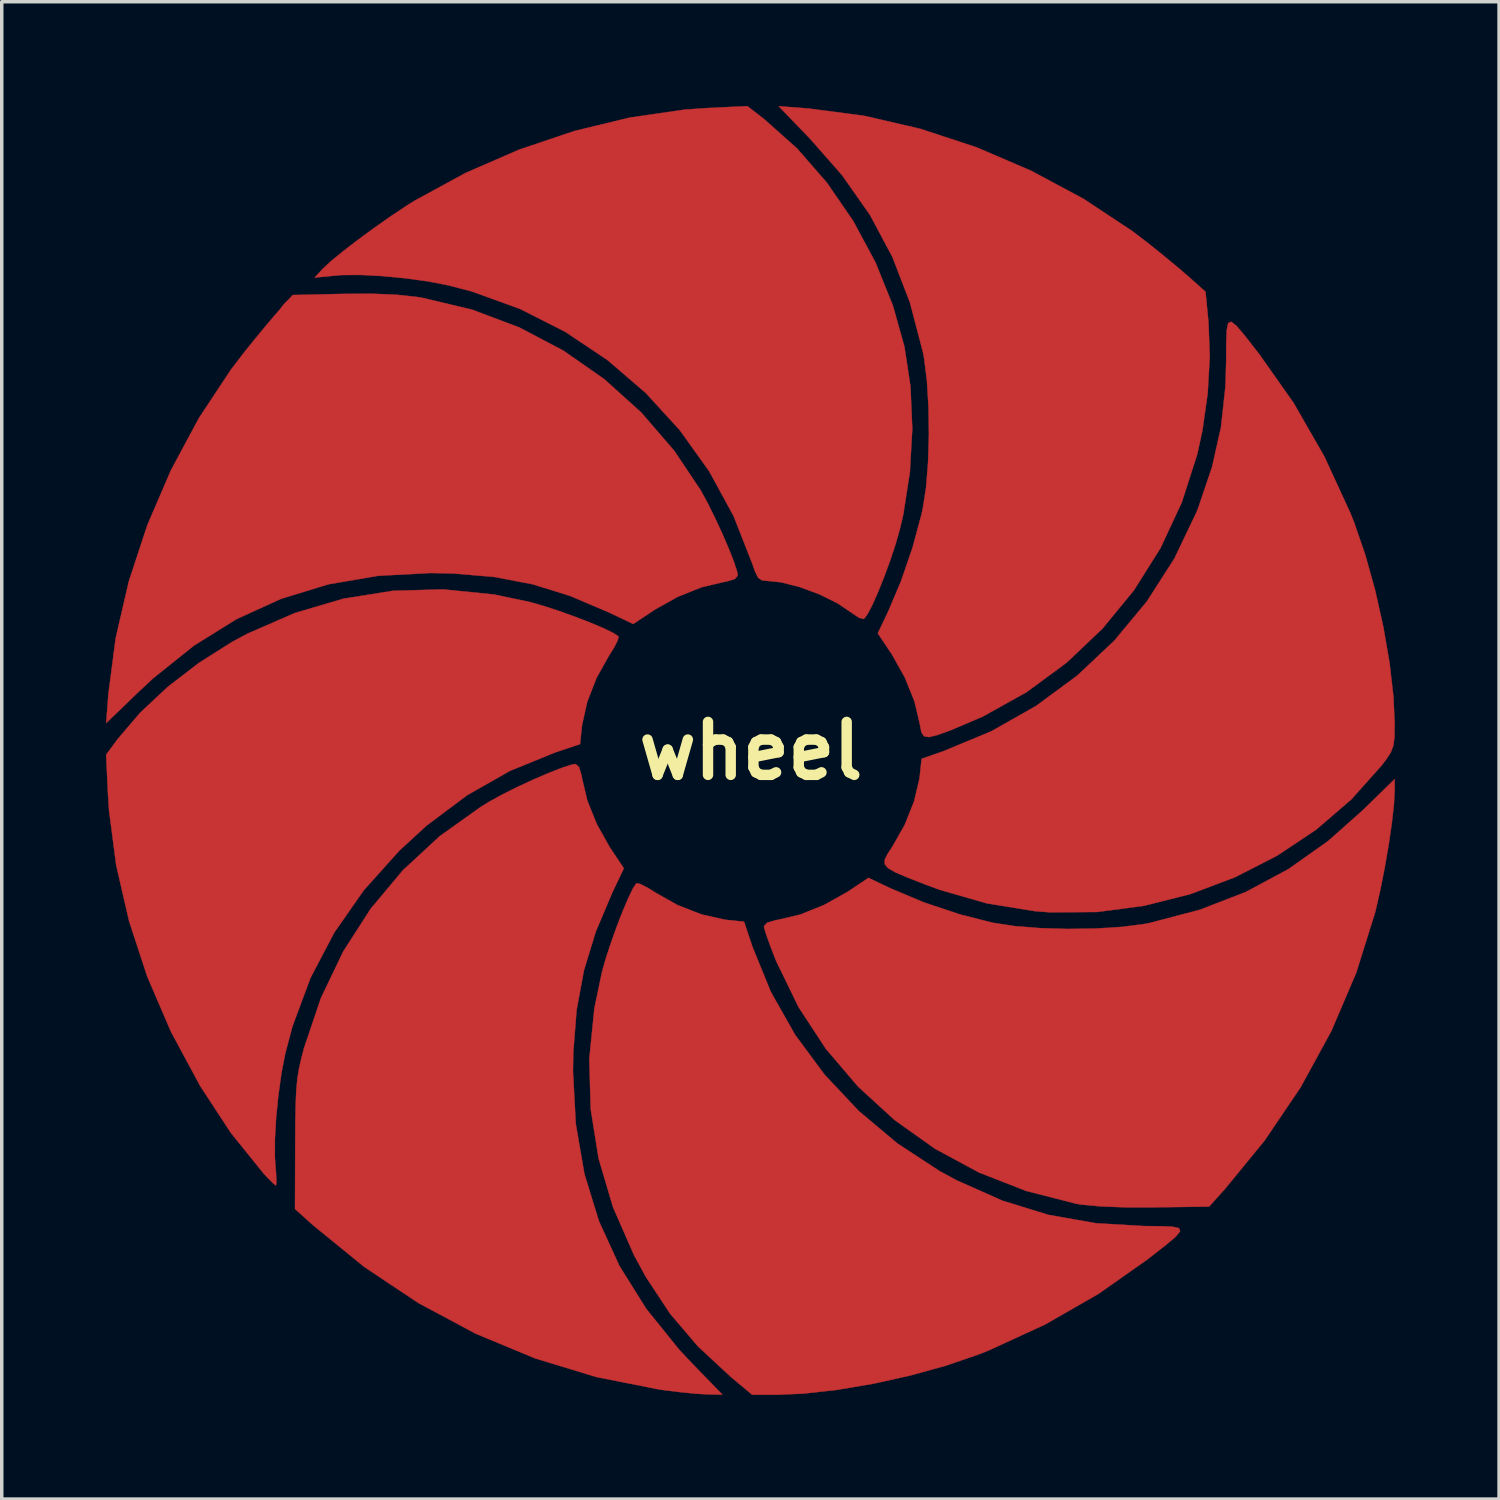
<source format=kicad_pcb>
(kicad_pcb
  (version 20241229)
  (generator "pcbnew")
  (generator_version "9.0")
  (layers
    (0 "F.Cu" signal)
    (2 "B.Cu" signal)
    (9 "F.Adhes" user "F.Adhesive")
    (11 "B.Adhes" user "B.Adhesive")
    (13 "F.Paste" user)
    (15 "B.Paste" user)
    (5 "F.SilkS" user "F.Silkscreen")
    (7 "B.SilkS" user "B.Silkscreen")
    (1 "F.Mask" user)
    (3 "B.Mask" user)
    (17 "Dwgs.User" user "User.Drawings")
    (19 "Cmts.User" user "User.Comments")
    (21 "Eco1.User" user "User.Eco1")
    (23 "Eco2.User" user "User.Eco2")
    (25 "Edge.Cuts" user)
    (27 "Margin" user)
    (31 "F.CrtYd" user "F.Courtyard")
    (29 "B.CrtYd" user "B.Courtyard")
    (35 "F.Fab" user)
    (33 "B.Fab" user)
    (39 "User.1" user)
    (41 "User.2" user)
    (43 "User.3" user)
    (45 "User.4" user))
  (footprint "wheel"
    (layer "F.Cu")
    (at 18.565 18.566)
    (property "Reference" "wheel" (at 0 0 0) (layer "F.SilkS") (effects (font (size 1.524 1.524) (thickness 0.3))))
    (attr through_hole)
    (fp_poly (pts (xy -10.217 -13.133) (xy -9.624 -13.07) (xy -9.454 -13.042) (xy -8.027 -12.702) (xy -6.67 -12.192) (xy -5.396 -11.522) (xy -4.218 -10.7) (xy -3.15 -9.736) (xy -2.205 -8.639) (xy -1.45 -7.511) (xy -1.25 -7.146) (xy -1.036 -6.716) (xy -0.826 -6.263) (xy -0.638 -5.827) (xy -0.489 -5.447) (xy -0.397 -5.166) (xy -0.376 -5.047) (xy -0.466 -4.946) (xy -0.718 -4.872) (xy -0.786 -4.861) (xy -1.427 -4.709) (xy -2.112 -4.433) (xy -2.775 -4.062) (xy -2.82 -4.031) (xy -3.386 -3.654) (xy -4.11 -3.997) (xy -5.208 -4.463) (xy -6.279 -4.796) (xy -7.376 -5.006) (xy -8.555 -5.107) (xy -9.219 -5.121) (xy -10.735 -5.04) (xy -12.166 -4.795) (xy -13.52 -4.38) (xy -14.806 -3.794) (xy -16.033 -3.031) (xy -17.208 -2.089) (xy -17.628 -1.698) (xy -18.559 -0.8) (xy -18.494 -1.646) (xy -18.284 -3.253) (xy -17.907 -4.881) (xy -17.374 -6.499) (xy -16.697 -8.075) (xy -15.891 -9.578) (xy -14.966 -10.976) (xy -14.62 -11.43) (xy -14.31 -11.816) (xy -13.987 -12.208) (xy -13.704 -12.543) (xy -13.608 -12.653) (xy -13.191 -13.123) (xy -11.746 -13.156) (xy -10.91 -13.161) (xy -10.217 -13.133)) (stroke (width 0.01) (type solid)) (fill yes) (layer "F.Cu"))
    (fp_poly (pts (xy 1.646 -18.494) (xy 3.253 -18.284) (xy 4.881 -17.907) (xy 6.499 -17.374) (xy 8.075 -16.697) (xy 9.578 -15.891) (xy 10.976 -14.966) (xy 11.43 -14.62) (xy 11.813 -14.313) (xy 12.199 -13.994) (xy 12.526 -13.717) (xy 12.635 -13.622) (xy 13.088 -13.217) (xy 13.174 -12.324) (xy 13.21 -11.353) (xy 13.151 -10.3) (xy 13.002 -9.24) (xy 12.85 -8.538) (xy 12.402 -7.147) (xy 11.792 -5.839) (xy 11.03 -4.628) (xy 10.127 -3.526) (xy 9.094 -2.544) (xy 7.942 -1.695) (xy 6.68 -0.991) (xy 5.76 -0.598) (xy 5.374 -0.459) (xy 5.127 -0.397) (xy 4.984 -0.421) (xy 4.908 -0.538) (xy 4.866 -0.754) (xy 4.861 -0.786) (xy 4.709 -1.427) (xy 4.433 -2.112) (xy 4.062 -2.774) (xy 4.032 -2.82) (xy 3.654 -3.385) (xy 3.956 -4.021) (xy 4.323 -4.888) (xy 4.652 -5.847) (xy 4.91 -6.801) (xy 4.95 -6.983) (xy 5.043 -7.583) (xy 5.101 -8.309) (xy 5.125 -9.103) (xy 5.113 -9.906) (xy 5.067 -10.66) (xy 4.986 -11.306) (xy 4.954 -11.477) (xy 4.579 -12.907) (xy 4.076 -14.214) (xy 3.43 -15.426) (xy 2.628 -16.57) (xy 1.698 -17.628) (xy 0.8 -18.559) (xy 1.646 -18.494)) (stroke (width 0.01) (type solid)) (fill yes) (layer "F.Cu"))
    (fp_poly (pts (xy -4.946 0.466) (xy -4.872 0.718) (xy -4.861 0.786) (xy -4.709 1.426) (xy -4.435 2.109) (xy -4.065 2.769) (xy -4.033 2.818) (xy -3.657 3.381) (xy -3.993 4.087) (xy -4.468 5.213) (xy -4.805 6.318) (xy -5.016 7.454) (xy -5.112 8.676) (xy -5.121 9.219) (xy -5.04 10.74) (xy -4.792 12.176) (xy -4.374 13.535) (xy -3.784 14.825) (xy -3.018 16.052) (xy -2.074 17.224) (xy -1.708 17.615) (xy -0.818 18.533) (xy -1.279 18.522) (xy -1.584 18.504) (xy -2.002 18.463) (xy -2.46 18.407) (xy -2.634 18.383) (xy -4.443 18.025) (xy -6.208 17.488) (xy -7.919 16.777) (xy -9.563 15.898) (xy -11.127 14.856) (xy -12.599 13.657) (xy -12.606 13.651) (xy -13.123 13.187) (xy -13.117 11.321) (xy -13.113 10.662) (xy -13.103 10.154) (xy -13.085 9.757) (xy -13.054 9.432) (xy -13.007 9.142) (xy -12.94 8.847) (xy -12.86 8.543) (xy -12.374 7.108) (xy -11.734 5.773) (xy -10.946 4.547) (xy -10.018 3.437) (xy -8.956 2.454) (xy -7.766 1.605) (xy -7.511 1.45) (xy -7.146 1.25) (xy -6.716 1.036) (xy -6.263 0.826) (xy -5.827 0.638) (xy -5.447 0.489) (xy -5.166 0.397) (xy -5.047 0.376) (xy -4.946 0.466)) (stroke (width 0.01) (type solid)) (fill yes) (layer "F.Cu"))
    (fp_poly (pts (xy 18.533 1.155) (xy 18.511 1.546) (xy 18.452 2.072) (xy 18.363 2.684) (xy 18.251 3.336) (xy 18.125 3.977) (xy 17.992 4.562) (xy 17.964 4.672) (xy 17.426 6.387) (xy 16.711 8.062) (xy 15.829 9.678) (xy 14.788 11.218) (xy 13.653 12.603) (xy 13.191 13.118) (xy 11.605 13.139) (xy 10.776 13.139) (xy 10.083 13.113) (xy 9.546 13.064) (xy 9.36 13.034) (xy 7.925 12.667) (xy 6.568 12.137) (xy 5.301 11.453) (xy 4.136 10.625) (xy 3.085 9.663) (xy 2.16 8.577) (xy 1.373 7.376) (xy 0.737 6.069) (xy 0.705 5.993) (xy 0.561 5.621) (xy 0.449 5.308) (xy 0.385 5.098) (xy 0.376 5.047) (xy 0.466 4.946) (xy 0.718 4.872) (xy 0.786 4.861) (xy 1.427 4.709) (xy 2.112 4.433) (xy 2.774 4.062) (xy 2.82 4.032) (xy 3.385 3.654) (xy 4.021 3.957) (xy 4.986 4.363) (xy 6.037 4.712) (xy 6.961 4.946) (xy 7.576 5.041) (xy 8.314 5.101) (xy 9.118 5.125) (xy 9.929 5.113) (xy 10.688 5.065) (xy 11.336 4.981) (xy 11.477 4.954) (xy 12.923 4.573) (xy 14.247 4.061) (xy 15.47 3.405) (xy 16.616 2.595) (xy 17.615 1.708) (xy 18.533 0.811) (xy 18.533 1.155)) (stroke (width 0.01) (type solid)) (fill yes) (layer "F.Cu"))
    (fp_poly (pts (xy -3.18 3.833) (xy -2.966 3.943) (xy -2.739 4.085) (xy -2.105 4.441) (xy -1.417 4.709) (xy -0.752 4.858) (xy -0.685 4.866) (xy -0.195 4.917) (xy 0.046 5.641) (xy 0.576 6.94) (xy 1.273 8.172) (xy 2.122 9.32) (xy 3.108 10.368) (xy 4.217 11.299) (xy 5.434 12.096) (xy 5.927 12.363) (xy 7.239 12.947) (xy 8.562 13.355) (xy 9.929 13.596) (xy 11.306 13.678) (xy 11.805 13.682) (xy 12.146 13.697) (xy 12.328 13.741) (xy 12.356 13.83) (xy 12.231 13.983) (xy 11.955 14.217) (xy 11.531 14.549) (xy 11.43 14.628) (xy 10.011 15.627) (xy 8.472 16.51) (xy 6.856 17.254) (xy 6.56 17.372) (xy 5.626 17.693) (xy 4.601 17.977) (xy 3.538 18.214) (xy 2.49 18.392) (xy 1.509 18.502) (xy 0.768 18.533) (xy 0.037 18.533) (xy -0.57 18.026) (xy -1.521 17.144) (xy -2.328 16.197) (xy -3.025 15.138) (xy -3.369 14.505) (xy -3.97 13.13) (xy -4.384 11.731) (xy -4.611 10.31) (xy -4.652 8.869) (xy -4.505 7.412) (xy -4.286 6.362) (xy -4.174 5.968) (xy -4.027 5.521) (xy -3.861 5.058) (xy -3.691 4.618) (xy -3.53 4.239) (xy -3.395 3.959) (xy -3.299 3.815) (xy -3.29 3.808) (xy -3.18 3.833)) (stroke (width 0.01) (type solid)) (fill yes) (layer "F.Cu"))
    (fp_poly (pts (xy 13.979 -12.236) (xy 14.211 -11.963) (xy 14.542 -11.539) (xy 14.628 -11.43) (xy 15.627 -10.011) (xy 16.51 -8.472) (xy 17.254 -6.856) (xy 17.372 -6.56) (xy 17.689 -5.637) (xy 17.971 -4.623) (xy 18.207 -3.57) (xy 18.386 -2.531) (xy 18.498 -1.558) (xy 18.533 -0.782) (xy 18.527 -0.408) (xy 18.497 -0.155) (xy 18.42 0.047) (xy 18.276 0.264) (xy 18.161 0.415) (xy 17.286 1.395) (xy 16.274 2.266) (xy 15.148 3.017) (xy 13.932 3.639) (xy 12.648 4.123) (xy 11.318 4.459) (xy 9.967 4.637) (xy 8.616 4.648) (xy 8.174 4.613) (xy 6.792 4.389) (xy 5.431 3.997) (xy 5.027 3.848) (xy 4.517 3.648) (xy 4.163 3.498) (xy 3.948 3.374) (xy 3.851 3.256) (xy 3.856 3.123) (xy 3.943 2.953) (xy 4.078 2.749) (xy 4.431 2.125) (xy 4.699 1.449) (xy 4.852 0.799) (xy 4.864 0.701) (xy 4.914 0.227) (xy 5.538 0.01) (xy 6.925 -0.567) (xy 8.216 -1.299) (xy 9.401 -2.173) (xy 10.466 -3.178) (xy 11.399 -4.302) (xy 12.19 -5.535) (xy 12.825 -6.865) (xy 12.877 -6.994) (xy 13.276 -8.174) (xy 13.533 -9.318) (xy 13.662 -10.499) (xy 13.682 -11.211) (xy 13.685 -11.748) (xy 13.698 -12.115) (xy 13.74 -12.316) (xy 13.827 -12.355) (xy 13.979 -12.236)) (stroke (width 0.01) (type solid)) (fill yes) (layer "F.Cu"))
    (fp_poly (pts (xy -7.404 -4.504) (xy -6.371 -4.288) (xy -5.974 -4.175) (xy -5.525 -4.029) (xy -5.061 -3.862) (xy -4.62 -3.692) (xy -4.241 -3.531) (xy -3.96 -3.395) (xy -3.815 -3.299) (xy -3.808 -3.29) (xy -3.833 -3.18) (xy -3.943 -2.966) (xy -4.085 -2.739) (xy -4.441 -2.105) (xy -4.709 -1.417) (xy -4.858 -0.752) (xy -4.866 -0.685) (xy -4.917 -0.195) (xy -5.634 0.044) (xy -6.938 0.576) (xy -8.171 1.277) (xy -9.338 2.152) (xy -10.118 2.869) (xy -11.141 4.009) (xy -11.993 5.23) (xy -12.677 6.534) (xy -13.194 7.923) (xy -13.401 8.702) (xy -13.511 9.265) (xy -13.601 9.906) (xy -13.667 10.566) (xy -13.702 11.186) (xy -13.702 11.705) (xy -13.691 11.877) (xy -13.666 12.194) (xy -13.658 12.422) (xy -13.671 12.512) (xy -13.671 12.512) (xy -13.752 12.448) (xy -13.914 12.285) (xy -14.031 12.159) (xy -14.97 10.994) (xy -15.847 9.655) (xy -16.664 8.14) (xy -16.711 8.043) (xy -17.377 6.494) (xy -17.9 4.898) (xy -18.27 3.292) (xy -18.477 1.71) (xy -18.506 1.256) (xy -18.56 0.11) (xy -18.224 -0.345) (xy -17.579 -1.101) (xy -16.788 -1.842) (xy -15.891 -2.532) (xy -14.93 -3.14) (xy -14.505 -3.369) (xy -13.131 -3.968) (xy -11.729 -4.382) (xy -10.304 -4.609) (xy -8.861 -4.65) (xy -7.404 -4.504)) (stroke (width 0.01) (type solid)) (fill yes) (layer "F.Cu"))
    (fp_poly (pts (xy 0.396 -18.175) (xy 1.333 -17.339) (xy 2.19 -16.355) (xy 2.947 -15.253) (xy 3.587 -14.062) (xy 4.091 -12.813) (xy 4.422 -11.628) (xy 4.595 -10.491) (xy 4.647 -9.27) (xy 4.577 -8.024) (xy 4.389 -6.811) (xy 4.289 -6.382) (xy 4.169 -5.961) (xy 4.016 -5.499) (xy 3.845 -5.03) (xy 3.669 -4.591) (xy 3.504 -4.217) (xy 3.363 -3.943) (xy 3.261 -3.805) (xy 3.246 -3.797) (xy 3.115 -3.833) (xy 2.927 -3.956) (xy 2.917 -3.964) (xy 2.498 -4.248) (xy 1.973 -4.507) (xy 1.409 -4.717) (xy 0.872 -4.853) (xy 0.501 -4.891) (xy 0.325 -4.907) (xy 0.211 -4.982) (xy 0.12 -5.162) (xy 0.043 -5.386) (xy -0.499 -6.763) (xy -1.2 -8.05) (xy -2.047 -9.234) (xy -3.027 -10.305) (xy -4.128 -11.251) (xy -5.337 -12.06) (xy -6.642 -12.722) (xy -8.031 -13.225) (xy -8.702 -13.401) (xy -9.279 -13.513) (xy -9.934 -13.604) (xy -10.605 -13.669) (xy -11.234 -13.702) (xy -11.76 -13.699) (xy -11.9 -13.688) (xy -12.559 -13.625) (xy -12.324 -13.878) (xy -12.095 -14.091) (xy -11.746 -14.378) (xy -11.314 -14.71) (xy -10.837 -15.06) (xy -10.353 -15.4) (xy -9.9 -15.701) (xy -9.678 -15.84) (xy -8.213 -16.638) (xy -6.67 -17.309) (xy -5.083 -17.844) (xy -3.486 -18.231) (xy -1.912 -18.46) (xy -1.252 -18.506) (xy -0.101 -18.561) (xy 0.396 -18.175)) (stroke (width 0.01) (type solid)) (fill yes) (layer "F.Cu"))
    (pad "1" smd circle (at 0.37 17.68) (size 1.524 1.524) (layers "F.Cu"))
    (pad "2" smd circle (at 12.8 12.29) (size 1.524 1.524) (layers "F.Cu"))
    (pad "3" smd circle (at 17.71 -0.38) (size 1.524 1.524) (layers "F.Cu"))
    (pad "4" smd circle (at 12.33 -12.82) (size 1.524 1.524) (layers "F.Cu"))
    (pad "5" smd circle (at -0.32 -17.74) (size 1.524 1.524) (layers "F.Cu"))
    (pad "6" smd circle (at -12.87 -12.36) (size 1.524 1.524) (layers "F.Cu"))
    (pad "7" smd circle (at -17.75 0.34) (size 1.524 1.524) (layers "F.Cu"))
    (pad "8" smd circle (at -12.3 12.87) (size 1.524 1.524) (layers "F.Cu")))
  (gr_rect
    (start -3 -3)
    (end 40.103 40.103)
    (stroke (width 0.1) (type default))
    (fill no)
    (layer "Edge.Cuts")))
</source>
